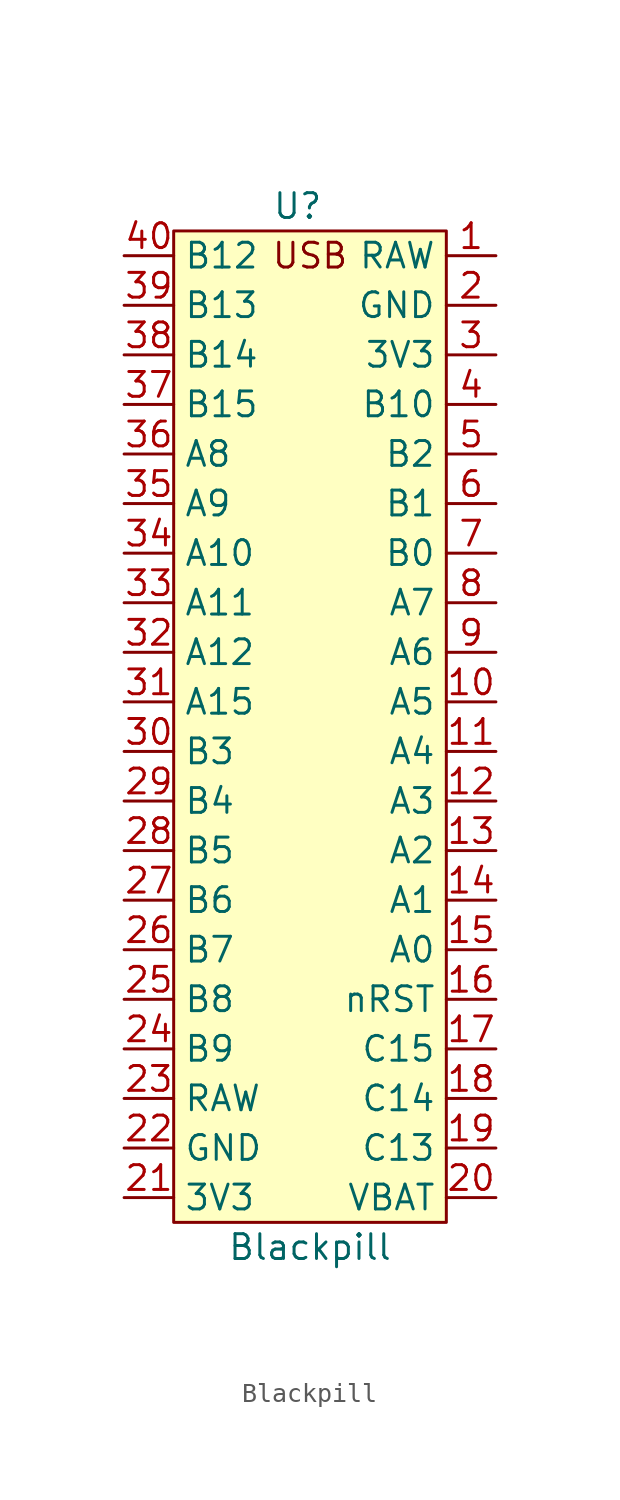
<source format=kicad_sym>
(kicad_symbol_lib
  (version 20220914)
  (generator kicad_symbol_editor)
  (symbol "Blackpill"
    (property "Reference" "U"
      (at -0.635 24.13 0)
      (effects (font (size 1.27 1.27))))
    (property "Value" "Blackpill"
      (at 0 -29.21 0)
      (effects (font (size 1.27 1.27))))
    (symbol "Blackpill_1_1"
      (rectangle (start -6.985 22.86) (end 6.985 -27.94) (stroke (width 0) (type default)) (fill (type background)))
      (text "USB" (at 0 21.59 0) (effects (font (size 1.27 1.27))))
      (pin power_out line (at 9.525 21.59 180) (length 2.54) (name "RAW" (effects (font (size 1.27 1.27)))) (number "1" (effects (font (size 1.27 1.27)))))
      (pin bidirectional line (at 9.525 -1.27 180) (length 2.54) (name "A5" (effects (font (size 1.27 1.27)))) (number "10" (effects (font (size 1.27 1.27)))))
      (pin bidirectional line (at 9.525 -3.81 180) (length 2.54) (name "A4" (effects (font (size 1.27 1.27)))) (number "11" (effects (font (size 1.27 1.27)))))
      (pin bidirectional line (at 9.525 -6.35 180) (length 2.54) (name "A3" (effects (font (size 1.27 1.27)))) (number "12" (effects (font (size 1.27 1.27)))))
      (pin bidirectional line (at 9.525 -8.89 180) (length 2.54) (name "A2" (effects (font (size 1.27 1.27)))) (number "13" (effects (font (size 1.27 1.27)))))
      (pin bidirectional line (at 9.525 -11.43 180) (length 2.54) (name "A1" (effects (font (size 1.27 1.27)))) (number "14" (effects (font (size 1.27 1.27)))))
      (pin bidirectional line (at 9.525 -13.97 180) (length 2.54) (name "A0" (effects (font (size 1.27 1.27)))) (number "15" (effects (font (size 1.27 1.27)))))
      (pin input line (at 9.525 -16.51 180) (length 2.54) (name "nRST" (effects (font (size 1.27 1.27)))) (number "16" (effects (font (size 1.27 1.27)))))
      (pin bidirectional line (at 9.525 -19.05 180) (length 2.54) (name "C15" (effects (font (size 1.27 1.27)))) (number "17" (effects (font (size 1.27 1.27)))))
      (pin bidirectional line (at 9.525 -21.59 180) (length 2.54) (name "C14" (effects (font (size 1.27 1.27)))) (number "18" (effects (font (size 1.27 1.27)))))
      (pin bidirectional line (at 9.525 -24.13 180) (length 2.54) (name "C13" (effects (font (size 1.27 1.27)))) (number "19" (effects (font (size 1.27 1.27)))))
      (pin power_out line (at 9.525 19.05 180) (length 2.54) (name "GND" (effects (font (size 1.27 1.27)))) (number "2" (effects (font (size 1.27 1.27)))))
      (pin power_in line (at 9.525 -26.67 180) (length 2.54) (name "VBAT" (effects (font (size 1.27 1.27)))) (number "20" (effects (font (size 1.27 1.27)))))
      (pin power_out line (at -9.525 -26.67 0) (length 2.54) (name "3V3" (effects (font (size 1.27 1.27)))) (number "21" (effects (font (size 1.27 1.27)))))
      (pin power_out line (at -9.525 -24.13 0) (length 2.54) (name "GND" (effects (font (size 1.27 1.27)))) (number "22" (effects (font (size 1.27 1.27)))))
      (pin power_out line (at -9.525 -21.59 0) (length 2.54) (name "RAW" (effects (font (size 1.27 1.27)))) (number "23" (effects (font (size 1.27 1.27)))))
      (pin bidirectional line (at -9.525 -19.05 0) (length 2.54) (name "B9" (effects (font (size 1.27 1.27)))) (number "24" (effects (font (size 1.27 1.27)))))
      (pin bidirectional line (at -9.525 -16.51 0) (length 2.54) (name "B8" (effects (font (size 1.27 1.27)))) (number "25" (effects (font (size 1.27 1.27)))))
      (pin bidirectional line (at -9.525 -13.97 0) (length 2.54) (name "B7" (effects (font (size 1.27 1.27)))) (number "26" (effects (font (size 1.27 1.27)))))
      (pin bidirectional line (at -9.525 -11.43 0) (length 2.54) (name "B6" (effects (font (size 1.27 1.27)))) (number "27" (effects (font (size 1.27 1.27)))))
      (pin bidirectional line (at -9.525 -8.89 0) (length 2.54) (name "B5" (effects (font (size 1.27 1.27)))) (number "28" (effects (font (size 1.27 1.27)))))
      (pin bidirectional line (at -9.525 -6.35 0) (length 2.54) (name "B4" (effects (font (size 1.27 1.27)))) (number "29" (effects (font (size 1.27 1.27)))))
      (pin power_out line (at 9.525 16.51 180) (length 2.54) (name "3V3" (effects (font (size 1.27 1.27)))) (number "3" (effects (font (size 1.27 1.27)))))
      (pin bidirectional line (at -9.525 -3.81 0) (length 2.54) (name "B3" (effects (font (size 1.27 1.27)))) (number "30" (effects (font (size 1.27 1.27)))))
      (pin bidirectional line (at -9.525 -1.27 0) (length 2.54) (name "A15" (effects (font (size 1.27 1.27)))) (number "31" (effects (font (size 1.27 1.27)))))
      (pin bidirectional line (at -9.525 1.27 0) (length 2.54) (name "A12" (effects (font (size 1.27 1.27)))) (number "32" (effects (font (size 1.27 1.27)))))
      (pin bidirectional line (at -9.525 3.81 0) (length 2.54) (name "A11" (effects (font (size 1.27 1.27)))) (number "33" (effects (font (size 1.27 1.27)))))
      (pin bidirectional line (at -9.525 6.35 0) (length 2.54) (name "A10" (effects (font (size 1.27 1.27)))) (number "34" (effects (font (size 1.27 1.27)))))
      (pin bidirectional line (at -9.525 8.89 0) (length 2.54) (name "A9" (effects (font (size 1.27 1.27)))) (number "35" (effects (font (size 1.27 1.27)))))
      (pin bidirectional line (at -9.525 11.43 0) (length 2.54) (name "A8" (effects (font (size 1.27 1.27)))) (number "36" (effects (font (size 1.27 1.27)))))
      (pin bidirectional line (at -9.525 13.97 0) (length 2.54) (name "B15" (effects (font (size 1.27 1.27)))) (number "37" (effects (font (size 1.27 1.27)))))
      (pin bidirectional line (at -9.525 16.51 0) (length 2.54) (name "B14" (effects (font (size 1.27 1.27)))) (number "38" (effects (font (size 1.27 1.27)))))
      (pin bidirectional line (at -9.525 19.05 0) (length 2.54) (name "B13" (effects (font (size 1.27 1.27)))) (number "39" (effects (font (size 1.27 1.27)))))
      (pin bidirectional line (at 9.525 13.97 180) (length 2.54) (name "B10" (effects (font (size 1.27 1.27)))) (number "4" (effects (font (size 1.27 1.27)))))
      (pin bidirectional line (at -9.525 21.59 0) (length 2.54) (name "B12" (effects (font (size 1.27 1.27)))) (number "40" (effects (font (size 1.27 1.27)))))
      (pin bidirectional line (at 9.525 11.43 180) (length 2.54) (name "B2" (effects (font (size 1.27 1.27)))) (number "5" (effects (font (size 1.27 1.27)))))
      (pin bidirectional line (at 9.525 8.89 180) (length 2.54) (name "B1" (effects (font (size 1.27 1.27)))) (number "6" (effects (font (size 1.27 1.27)))))
      (pin bidirectional line (at 9.525 6.35 180) (length 2.54) (name "B0" (effects (font (size 1.27 1.27)))) (number "7" (effects (font (size 1.27 1.27)))))
      (pin bidirectional line (at 9.525 3.81 180) (length 2.54) (name "A7" (effects (font (size 1.27 1.27)))) (number "8" (effects (font (size 1.27 1.27)))))
      (pin bidirectional line (at 9.525 1.27 180) (length 2.54) (name "A6" (effects (font (size 1.27 1.27)))) (number "9" (effects (font (size 1.27 1.27))))))))
</source>
